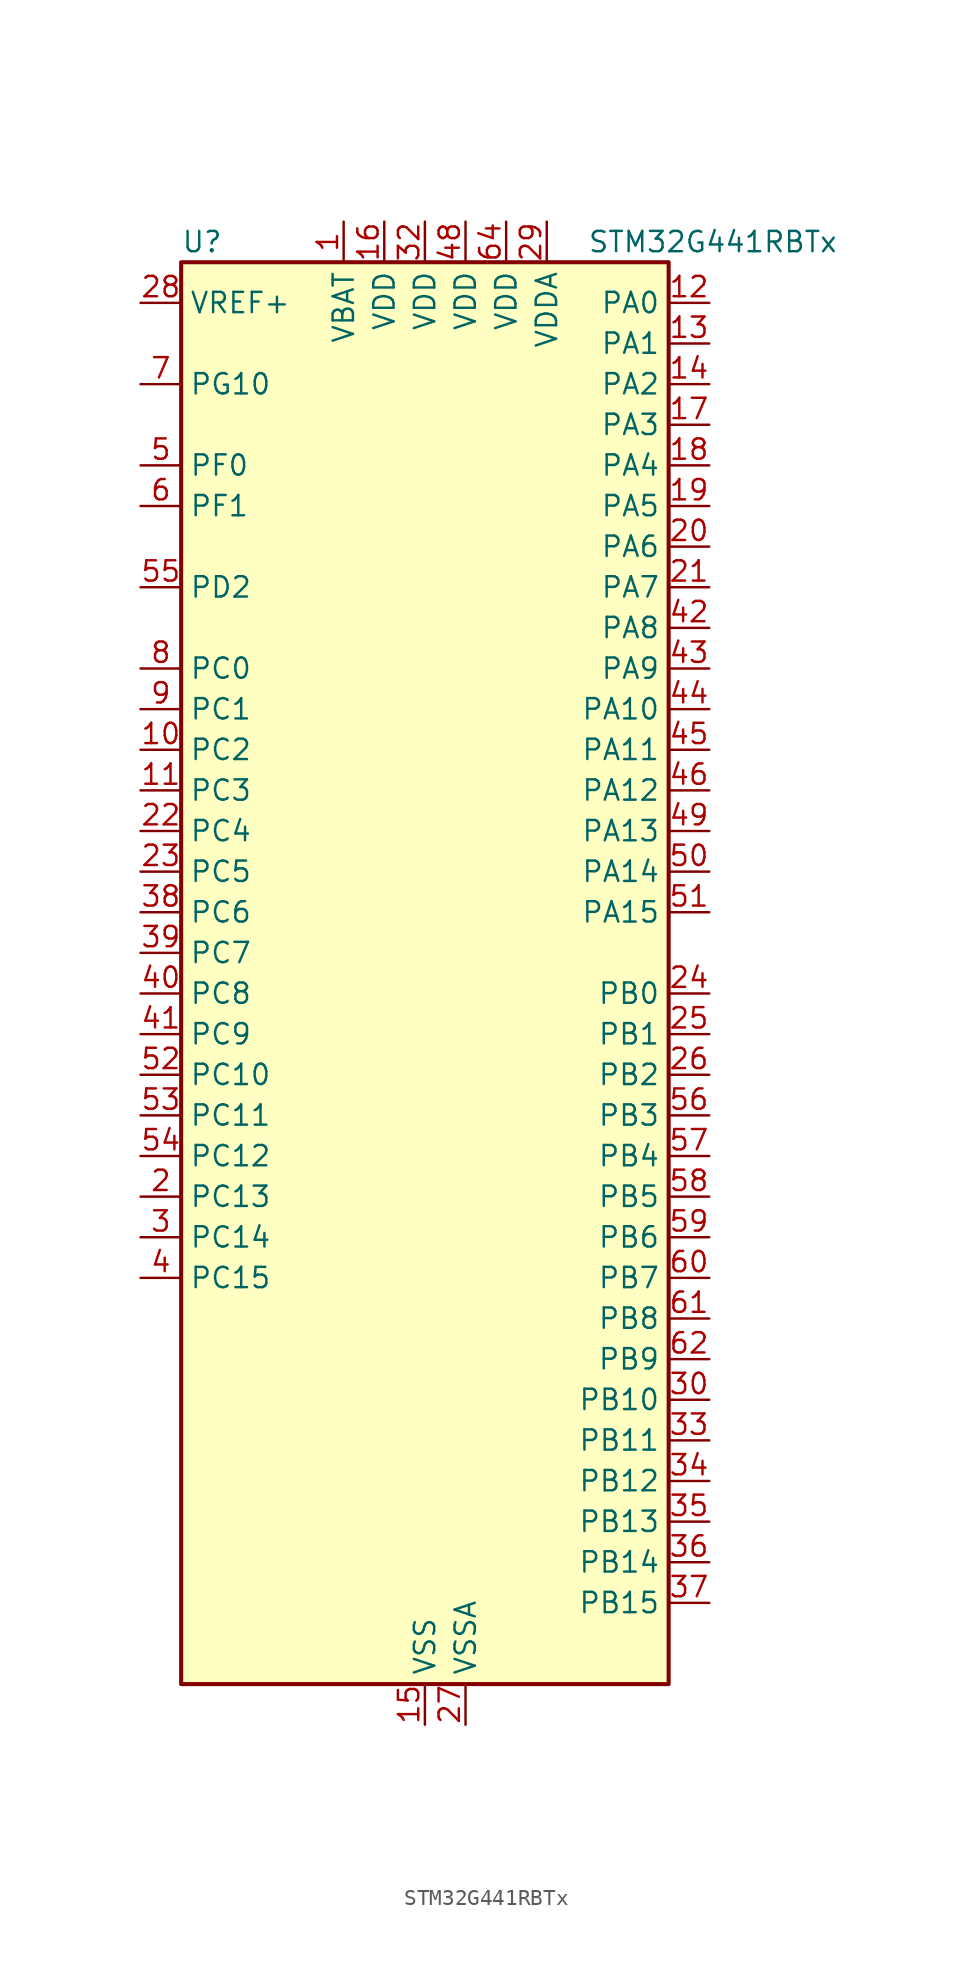
<source format=kicad_sym>
(kicad_symbol_lib
  (version 20220914)
  (generator kicad_symbol_editor)
  (symbol "STM32G441RBTx"
    (property "Reference" "U"
      (at -15.24 46.99 0)
      (effects (font (size 1.27 1.27)) (justify left)))
    (property "Value" "STM32G441RBTx"
      (at 10.16 46.99 0)
      (effects (font (size 1.27 1.27)) (justify left)))
    (property "ki_locked" ""
      (at 0 0 0)
      (effects (font (size 1.27 1.27))))
    (symbol "STM32G441RBTx_0_1"
      (rectangle (start -15.24 -43.18) (end 15.24 45.72) (stroke (width 0.254) (type default)) (fill (type background))))
    (symbol "STM32G441RBTx_1_1"
      (pin power_in line (at -5.08 48.26 270) (length 2.54) (name "VBAT" (effects (font (size 1.27 1.27)))) (number "1" (effects (font (size 1.27 1.27)))))
      (pin bidirectional line (at -17.78 15.24 0) (length 2.54) (name "PC2" (effects (font (size 1.27 1.27)))) (number "10" (effects (font (size 1.27 1.27)))) (alternate "ADC1_IN8" bidirectional line) (alternate "ADC2_IN8" bidirectional line) (alternate "COMP3_OUT" bidirectional line) (alternate "LPTIM1_IN2" bidirectional line) (alternate "TIM1_CH3" bidirectional line))
      (pin bidirectional line (at -17.78 12.7 0) (length 2.54) (name "PC3" (effects (font (size 1.27 1.27)))) (number "11" (effects (font (size 1.27 1.27)))) (alternate "ADC1_IN9" bidirectional line) (alternate "ADC2_IN9" bidirectional line) (alternate "LPTIM1_ETR" bidirectional line) (alternate "SAI1_D1" bidirectional line) (alternate "SAI1_SD_A" bidirectional line) (alternate "TIM1_BKIN2" bidirectional line) (alternate "TIM1_CH4" bidirectional line))
      (pin bidirectional line (at 17.78 43.18 180) (length 2.54) (name "PA0" (effects (font (size 1.27 1.27)))) (number "12" (effects (font (size 1.27 1.27)))) (alternate "ADC1_IN1" bidirectional line) (alternate "ADC2_IN1" bidirectional line) (alternate "COMP1_INM" bidirectional line) (alternate "COMP1_OUT" bidirectional line) (alternate "COMP3_INP" bidirectional line) (alternate "RTC_TAMP2" bidirectional line) (alternate "SYS_WKUP1" bidirectional line) (alternate "TIM2_CH1" bidirectional line) (alternate "TIM2_ETR" bidirectional line) (alternate "TIM8_BKIN" bidirectional line) (alternate "TIM8_ETR" bidirectional line) (alternate "USART2_CTS" bidirectional line) (alternate "USART2_NSS" bidirectional line))
      (pin bidirectional line (at 17.78 40.64 180) (length 2.54) (name "PA1" (effects (font (size 1.27 1.27)))) (number "13" (effects (font (size 1.27 1.27)))) (alternate "ADC1_IN2" bidirectional line) (alternate "ADC2_IN2" bidirectional line) (alternate "COMP1_INP" bidirectional line) (alternate "OPAMP1_VINP" bidirectional line) (alternate "OPAMP1_VINP_SEC" bidirectional line) (alternate "OPAMP3_VINP" bidirectional line) (alternate "OPAMP3_VINP_SEC" bidirectional line) (alternate "RTC_REFIN" bidirectional line) (alternate "TIM15_CH1N" bidirectional line) (alternate "TIM2_CH2" bidirectional line) (alternate "USART2_DE" bidirectional line) (alternate "USART2_RTS" bidirectional line))
      (pin bidirectional line (at 17.78 38.1 180) (length 2.54) (name "PA2" (effects (font (size 1.27 1.27)))) (number "14" (effects (font (size 1.27 1.27)))) (alternate "ADC1_IN3" bidirectional line) (alternate "COMP2_INM" bidirectional line) (alternate "COMP2_OUT" bidirectional line) (alternate "LPUART1_TX" bidirectional line) (alternate "OPAMP1_VOUT" bidirectional line) (alternate "RCC_LSCO" bidirectional line) (alternate "SYS_WKUP4" bidirectional line) (alternate "TIM15_CH1" bidirectional line) (alternate "TIM2_CH3" bidirectional line) (alternate "UCPD1_FRSTX1" bidirectional line) (alternate "UCPD1_FRSTX2" bidirectional line) (alternate "USART2_TX" bidirectional line))
      (pin power_in line (at 0 -45.72 90) (length 2.54) (name "VSS" (effects (font (size 1.27 1.27)))) (number "15" (effects (font (size 1.27 1.27)))))
      (pin power_in line (at -2.54 48.26 270) (length 2.54) (name "VDD" (effects (font (size 1.27 1.27)))) (number "16" (effects (font (size 1.27 1.27)))))
      (pin bidirectional line (at 17.78 35.56 180) (length 2.54) (name "PA3" (effects (font (size 1.27 1.27)))) (number "17" (effects (font (size 1.27 1.27)))) (alternate "ADC1_IN4" bidirectional line) (alternate "COMP2_INP" bidirectional line) (alternate "LPUART1_RX" bidirectional line) (alternate "OPAMP1_VINM" bidirectional line) (alternate "OPAMP1_VINM0" bidirectional line) (alternate "OPAMP1_VINM_SEC" bidirectional line) (alternate "OPAMP1_VINP" bidirectional line) (alternate "OPAMP1_VINP_SEC" bidirectional line) (alternate "SAI1_CK1" bidirectional line) (alternate "SAI1_MCLK_A" bidirectional line) (alternate "TIM15_CH2" bidirectional line) (alternate "TIM2_CH4" bidirectional line) (alternate "USART2_RX" bidirectional line))
      (pin bidirectional line (at 17.78 33.02 180) (length 2.54) (name "PA4" (effects (font (size 1.27 1.27)))) (number "18" (effects (font (size 1.27 1.27)))) (alternate "ADC2_IN17" bidirectional line) (alternate "COMP1_INM" bidirectional line) (alternate "DAC1_OUT1" bidirectional line) (alternate "I2S3_WS" bidirectional line) (alternate "SAI1_FS_B" bidirectional line) (alternate "SPI1_NSS" bidirectional line) (alternate "SPI3_NSS" bidirectional line) (alternate "TIM3_CH2" bidirectional line) (alternate "USART2_CK" bidirectional line))
      (pin bidirectional line (at 17.78 30.48 180) (length 2.54) (name "PA5" (effects (font (size 1.27 1.27)))) (number "19" (effects (font (size 1.27 1.27)))) (alternate "ADC2_IN13" bidirectional line) (alternate "COMP2_INM" bidirectional line) (alternate "DAC1_OUT2" bidirectional line) (alternate "OPAMP2_VINM" bidirectional line) (alternate "OPAMP2_VINM0" bidirectional line) (alternate "OPAMP2_VINM_SEC" bidirectional line) (alternate "SPI1_SCK" bidirectional line) (alternate "TIM2_CH1" bidirectional line) (alternate "TIM2_ETR" bidirectional line) (alternate "UCPD1_FRSTX1" bidirectional line) (alternate "UCPD1_FRSTX2" bidirectional line))
      (pin bidirectional line (at -17.78 -12.7 0) (length 2.54) (name "PC13" (effects (font (size 1.27 1.27)))) (number "2" (effects (font (size 1.27 1.27)))) (alternate "RTC_OUT1" bidirectional line) (alternate "RTC_TAMP1" bidirectional line) (alternate "RTC_TS" bidirectional line) (alternate "SYS_WKUP2" bidirectional line) (alternate "TIM1_BKIN" bidirectional line) (alternate "TIM1_CH1N" bidirectional line) (alternate "TIM8_CH4N" bidirectional line))
      (pin bidirectional line (at 17.78 27.94 180) (length 2.54) (name "PA6" (effects (font (size 1.27 1.27)))) (number "20" (effects (font (size 1.27 1.27)))) (alternate "ADC2_IN3" bidirectional line) (alternate "COMP1_OUT" bidirectional line) (alternate "LPUART1_CTS" bidirectional line) (alternate "OPAMP2_VOUT" bidirectional line) (alternate "SPI1_MISO" bidirectional line) (alternate "TIM16_CH1" bidirectional line) (alternate "TIM1_BKIN" bidirectional line) (alternate "TIM3_CH1" bidirectional line) (alternate "TIM8_BKIN" bidirectional line))
      (pin bidirectional line (at 17.78 25.4 180) (length 2.54) (name "PA7" (effects (font (size 1.27 1.27)))) (number "21" (effects (font (size 1.27 1.27)))) (alternate "ADC2_IN4" bidirectional line) (alternate "COMP2_INP" bidirectional line) (alternate "COMP2_OUT" bidirectional line) (alternate "OPAMP1_VINP" bidirectional line) (alternate "OPAMP1_VINP_SEC" bidirectional line) (alternate "OPAMP2_VINP" bidirectional line) (alternate "OPAMP2_VINP_SEC" bidirectional line) (alternate "SPI1_MOSI" bidirectional line) (alternate "TIM17_CH1" bidirectional line) (alternate "TIM1_CH1N" bidirectional line) (alternate "TIM3_CH2" bidirectional line) (alternate "TIM8_CH1N" bidirectional line) (alternate "UCPD1_FRSTX1" bidirectional line) (alternate "UCPD1_FRSTX2" bidirectional line))
      (pin bidirectional line (at -17.78 10.16 0) (length 2.54) (name "PC4" (effects (font (size 1.27 1.27)))) (number "22" (effects (font (size 1.27 1.27)))) (alternate "ADC2_IN5" bidirectional line) (alternate "I2C2_SCL" bidirectional line) (alternate "TIM1_ETR" bidirectional line) (alternate "USART1_TX" bidirectional line))
      (pin bidirectional line (at -17.78 7.62 0) (length 2.54) (name "PC5" (effects (font (size 1.27 1.27)))) (number "23" (effects (font (size 1.27 1.27)))) (alternate "ADC2_IN11" bidirectional line) (alternate "OPAMP1_VINM" bidirectional line) (alternate "OPAMP1_VINM1" bidirectional line) (alternate "OPAMP1_VINM_SEC" bidirectional line) (alternate "OPAMP2_VINM" bidirectional line) (alternate "OPAMP2_VINM1" bidirectional line) (alternate "OPAMP2_VINM_SEC" bidirectional line) (alternate "SAI1_D3" bidirectional line) (alternate "SYS_WKUP5" bidirectional line) (alternate "TIM15_BKIN" bidirectional line) (alternate "TIM1_CH4N" bidirectional line) (alternate "USART1_RX" bidirectional line))
      (pin bidirectional line (at 17.78 0 180) (length 2.54) (name "PB0" (effects (font (size 1.27 1.27)))) (number "24" (effects (font (size 1.27 1.27)))) (alternate "ADC1_IN15" bidirectional line) (alternate "COMP4_INP" bidirectional line) (alternate "OPAMP2_VINP" bidirectional line) (alternate "OPAMP2_VINP_SEC" bidirectional line) (alternate "OPAMP3_VINP" bidirectional line) (alternate "OPAMP3_VINP_SEC" bidirectional line) (alternate "TIM1_CH2N" bidirectional line) (alternate "TIM3_CH3" bidirectional line) (alternate "TIM8_CH2N" bidirectional line) (alternate "UCPD1_FRSTX1" bidirectional line) (alternate "UCPD1_FRSTX2" bidirectional line))
      (pin bidirectional line (at 17.78 -2.54 180) (length 2.54) (name "PB1" (effects (font (size 1.27 1.27)))) (number "25" (effects (font (size 1.27 1.27)))) (alternate "ADC1_IN12" bidirectional line) (alternate "COMP1_INP" bidirectional line) (alternate "COMP4_OUT" bidirectional line) (alternate "LPUART1_DE" bidirectional line) (alternate "LPUART1_RTS" bidirectional line) (alternate "OPAMP3_VOUT" bidirectional line) (alternate "TIM1_CH3N" bidirectional line) (alternate "TIM3_CH4" bidirectional line) (alternate "TIM8_CH3N" bidirectional line))
      (pin bidirectional line (at 17.78 -5.08 180) (length 2.54) (name "PB2" (effects (font (size 1.27 1.27)))) (number "26" (effects (font (size 1.27 1.27)))) (alternate "ADC2_IN12" bidirectional line) (alternate "COMP4_INM" bidirectional line) (alternate "I2C3_SMBA" bidirectional line) (alternate "LPTIM1_OUT" bidirectional line) (alternate "OPAMP3_VINM" bidirectional line) (alternate "OPAMP3_VINM0" bidirectional line) (alternate "OPAMP3_VINM_SEC" bidirectional line) (alternate "RTC_OUT2" bidirectional line))
      (pin power_in line (at 2.54 -45.72 90) (length 2.54) (name "VSSA" (effects (font (size 1.27 1.27)))) (number "27" (effects (font (size 1.27 1.27)))))
      (pin input line (at -17.78 43.18 0) (length 2.54) (name "VREF+" (effects (font (size 1.27 1.27)))) (number "28" (effects (font (size 1.27 1.27)))) (alternate "VREFBUF_OUT" bidirectional line))
      (pin power_in line (at 7.62 48.26 270) (length 2.54) (name "VDDA" (effects (font (size 1.27 1.27)))) (number "29" (effects (font (size 1.27 1.27)))))
      (pin bidirectional line (at -17.78 -15.24 0) (length 2.54) (name "PC14" (effects (font (size 1.27 1.27)))) (number "3" (effects (font (size 1.27 1.27)))) (alternate "RCC_OSC32_IN" bidirectional line))
      (pin bidirectional line (at 17.78 -25.4 180) (length 2.54) (name "PB10" (effects (font (size 1.27 1.27)))) (number "30" (effects (font (size 1.27 1.27)))) (alternate "DAC1_EXTI10" bidirectional line) (alternate "DAC3_EXTI10" bidirectional line) (alternate "LPUART1_RX" bidirectional line) (alternate "OPAMP3_VINM" bidirectional line) (alternate "OPAMP3_VINM1" bidirectional line) (alternate "OPAMP3_VINM_SEC" bidirectional line) (alternate "SAI1_SCK_A" bidirectional line) (alternate "TIM1_BKIN" bidirectional line) (alternate "TIM2_CH3" bidirectional line) (alternate "USART3_TX" bidirectional line))
      (pin passive line (at 0 -45.72 90) (length 2.54) hide (name "VSS" (effects (font (size 1.27 1.27)))) (number "31" (effects (font (size 1.27 1.27)))))
      (pin power_in line (at 0 48.26 270) (length 2.54) (name "VDD" (effects (font (size 1.27 1.27)))) (number "32" (effects (font (size 1.27 1.27)))))
      (pin bidirectional line (at 17.78 -27.94 180) (length 2.54) (name "PB11" (effects (font (size 1.27 1.27)))) (number "33" (effects (font (size 1.27 1.27)))) (alternate "ADC1_EXTI11" bidirectional line) (alternate "ADC1_IN14" bidirectional line) (alternate "ADC2_EXTI11" bidirectional line) (alternate "ADC2_IN14" bidirectional line) (alternate "LPUART1_TX" bidirectional line) (alternate "TIM2_CH4" bidirectional line) (alternate "USART3_RX" bidirectional line))
      (pin bidirectional line (at 17.78 -30.48 180) (length 2.54) (name "PB12" (effects (font (size 1.27 1.27)))) (number "34" (effects (font (size 1.27 1.27)))) (alternate "ADC1_IN11" bidirectional line) (alternate "I2C2_SMBA" bidirectional line) (alternate "I2S2_WS" bidirectional line) (alternate "LPUART1_DE" bidirectional line) (alternate "LPUART1_RTS" bidirectional line) (alternate "SPI2_NSS" bidirectional line) (alternate "TIM1_BKIN" bidirectional line) (alternate "USART3_CK" bidirectional line))
      (pin bidirectional line (at 17.78 -33.02 180) (length 2.54) (name "PB13" (effects (font (size 1.27 1.27)))) (number "35" (effects (font (size 1.27 1.27)))) (alternate "I2S2_CK" bidirectional line) (alternate "LPUART1_CTS" bidirectional line) (alternate "OPAMP3_VINP" bidirectional line) (alternate "OPAMP3_VINP_SEC" bidirectional line) (alternate "SPI2_SCK" bidirectional line) (alternate "TIM1_CH1N" bidirectional line) (alternate "USART3_CTS" bidirectional line) (alternate "USART3_NSS" bidirectional line))
      (pin bidirectional line (at 17.78 -35.56 180) (length 2.54) (name "PB14" (effects (font (size 1.27 1.27)))) (number "36" (effects (font (size 1.27 1.27)))) (alternate "ADC1_IN5" bidirectional line) (alternate "COMP4_OUT" bidirectional line) (alternate "OPAMP2_VINP" bidirectional line) (alternate "OPAMP2_VINP_SEC" bidirectional line) (alternate "SPI2_MISO" bidirectional line) (alternate "TIM15_CH1" bidirectional line) (alternate "TIM1_CH2N" bidirectional line) (alternate "USART3_DE" bidirectional line) (alternate "USART3_RTS" bidirectional line))
      (pin bidirectional line (at 17.78 -38.1 180) (length 2.54) (name "PB15" (effects (font (size 1.27 1.27)))) (number "37" (effects (font (size 1.27 1.27)))) (alternate "ADC1_EXTI15" bidirectional line) (alternate "ADC2_EXTI15" bidirectional line) (alternate "ADC2_IN15" bidirectional line) (alternate "COMP3_OUT" bidirectional line) (alternate "I2S2_SD" bidirectional line) (alternate "RTC_REFIN" bidirectional line) (alternate "SPI2_MOSI" bidirectional line) (alternate "TIM15_CH1N" bidirectional line) (alternate "TIM15_CH2" bidirectional line) (alternate "TIM1_CH3N" bidirectional line))
      (pin bidirectional line (at -17.78 5.08 0) (length 2.54) (name "PC6" (effects (font (size 1.27 1.27)))) (number "38" (effects (font (size 1.27 1.27)))) (alternate "I2S2_MCK" bidirectional line) (alternate "TIM3_CH1" bidirectional line) (alternate "TIM8_CH1" bidirectional line))
      (pin bidirectional line (at -17.78 2.54 0) (length 2.54) (name "PC7" (effects (font (size 1.27 1.27)))) (number "39" (effects (font (size 1.27 1.27)))) (alternate "I2S3_MCK" bidirectional line) (alternate "TIM3_CH2" bidirectional line) (alternate "TIM8_CH2" bidirectional line))
      (pin bidirectional line (at -17.78 -17.78 0) (length 2.54) (name "PC15" (effects (font (size 1.27 1.27)))) (number "4" (effects (font (size 1.27 1.27)))) (alternate "ADC1_EXTI15" bidirectional line) (alternate "ADC2_EXTI15" bidirectional line) (alternate "RCC_OSC32_OUT" bidirectional line))
      (pin bidirectional line (at -17.78 0 0) (length 2.54) (name "PC8" (effects (font (size 1.27 1.27)))) (number "40" (effects (font (size 1.27 1.27)))) (alternate "I2C3_SCL" bidirectional line) (alternate "TIM3_CH3" bidirectional line) (alternate "TIM8_CH3" bidirectional line))
      (pin bidirectional line (at -17.78 -2.54 0) (length 2.54) (name "PC9" (effects (font (size 1.27 1.27)))) (number "41" (effects (font (size 1.27 1.27)))) (alternate "DAC1_EXTI9" bidirectional line) (alternate "DAC3_EXTI9" bidirectional line) (alternate "I2C3_SDA" bidirectional line) (alternate "I2S_CKIN" bidirectional line) (alternate "TIM3_CH4" bidirectional line) (alternate "TIM8_BKIN2" bidirectional line) (alternate "TIM8_CH4" bidirectional line))
      (pin bidirectional line (at 17.78 22.86 180) (length 2.54) (name "PA8" (effects (font (size 1.27 1.27)))) (number "42" (effects (font (size 1.27 1.27)))) (alternate "I2C2_SDA" bidirectional line) (alternate "I2C3_SCL" bidirectional line) (alternate "I2S2_MCK" bidirectional line) (alternate "RCC_MCO" bidirectional line) (alternate "SAI1_CK2" bidirectional line) (alternate "SAI1_SCK_A" bidirectional line) (alternate "TIM1_CH1" bidirectional line) (alternate "TIM4_ETR" bidirectional line) (alternate "USART1_CK" bidirectional line))
      (pin bidirectional line (at 17.78 20.32 180) (length 2.54) (name "PA9" (effects (font (size 1.27 1.27)))) (number "43" (effects (font (size 1.27 1.27)))) (alternate "DAC1_EXTI9" bidirectional line) (alternate "DAC3_EXTI9" bidirectional line) (alternate "I2C2_SCL" bidirectional line) (alternate "I2C3_SMBA" bidirectional line) (alternate "I2S3_MCK" bidirectional line) (alternate "SAI1_FS_A" bidirectional line) (alternate "TIM15_BKIN" bidirectional line) (alternate "TIM1_CH2" bidirectional line) (alternate "TIM2_CH3" bidirectional line) (alternate "UCPD1_DBCC1" bidirectional line) (alternate "USART1_TX" bidirectional line))
      (pin bidirectional line (at 17.78 17.78 180) (length 2.54) (name "PA10" (effects (font (size 1.27 1.27)))) (number "44" (effects (font (size 1.27 1.27)))) (alternate "CRS_SYNC" bidirectional line) (alternate "DAC1_EXTI10" bidirectional line) (alternate "DAC3_EXTI10" bidirectional line) (alternate "I2C2_SMBA" bidirectional line) (alternate "SAI1_D1" bidirectional line) (alternate "SAI1_SD_A" bidirectional line) (alternate "SPI2_MISO" bidirectional line) (alternate "TIM17_BKIN" bidirectional line) (alternate "TIM1_CH3" bidirectional line) (alternate "TIM2_CH4" bidirectional line) (alternate "TIM8_BKIN" bidirectional line) (alternate "UCPD1_DBCC2" bidirectional line) (alternate "USART1_RX" bidirectional line))
      (pin bidirectional line (at 17.78 15.24 180) (length 2.54) (name "PA11" (effects (font (size 1.27 1.27)))) (number "45" (effects (font (size 1.27 1.27)))) (alternate "ADC1_EXTI11" bidirectional line) (alternate "ADC2_EXTI11" bidirectional line) (alternate "COMP1_OUT" bidirectional line) (alternate "FDCAN1_RX" bidirectional line) (alternate "I2S2_SD" bidirectional line) (alternate "SPI2_MOSI" bidirectional line) (alternate "TIM1_BKIN2" bidirectional line) (alternate "TIM1_CH1N" bidirectional line) (alternate "TIM1_CH4" bidirectional line) (alternate "TIM4_CH1" bidirectional line) (alternate "USART1_CTS" bidirectional line) (alternate "USART1_NSS" bidirectional line) (alternate "USB_DM" bidirectional line))
      (pin bidirectional line (at 17.78 12.7 180) (length 2.54) (name "PA12" (effects (font (size 1.27 1.27)))) (number "46" (effects (font (size 1.27 1.27)))) (alternate "COMP2_OUT" bidirectional line) (alternate "FDCAN1_TX" bidirectional line) (alternate "I2S_CKIN" bidirectional line) (alternate "TIM16_CH1" bidirectional line) (alternate "TIM1_CH2N" bidirectional line) (alternate "TIM1_ETR" bidirectional line) (alternate "TIM4_CH2" bidirectional line) (alternate "USART1_DE" bidirectional line) (alternate "USART1_RTS" bidirectional line) (alternate "USB_DP" bidirectional line))
      (pin passive line (at 0 -45.72 90) (length 2.54) hide (name "VSS" (effects (font (size 1.27 1.27)))) (number "47" (effects (font (size 1.27 1.27)))))
      (pin power_in line (at 2.54 48.26 270) (length 2.54) (name "VDD" (effects (font (size 1.27 1.27)))) (number "48" (effects (font (size 1.27 1.27)))))
      (pin bidirectional line (at 17.78 10.16 180) (length 2.54) (name "PA13" (effects (font (size 1.27 1.27)))) (number "49" (effects (font (size 1.27 1.27)))) (alternate "I2C1_SCL" bidirectional line) (alternate "IR_OUT" bidirectional line) (alternate "SAI1_SD_B" bidirectional line) (alternate "SYS_JTMS-SWDIO" bidirectional line) (alternate "TIM16_CH1N" bidirectional line) (alternate "TIM4_CH3" bidirectional line) (alternate "USART3_CTS" bidirectional line) (alternate "USART3_NSS" bidirectional line))
      (pin bidirectional line (at -17.78 33.02 0) (length 2.54) (name "PF0" (effects (font (size 1.27 1.27)))) (number "5" (effects (font (size 1.27 1.27)))) (alternate "ADC1_IN10" bidirectional line) (alternate "I2C2_SDA" bidirectional line) (alternate "I2S2_WS" bidirectional line) (alternate "RCC_OSC_IN" bidirectional line) (alternate "SPI2_NSS" bidirectional line) (alternate "TIM1_CH3N" bidirectional line))
      (pin bidirectional line (at 17.78 7.62 180) (length 2.54) (name "PA14" (effects (font (size 1.27 1.27)))) (number "50" (effects (font (size 1.27 1.27)))) (alternate "I2C1_SDA" bidirectional line) (alternate "LPTIM1_OUT" bidirectional line) (alternate "SAI1_FS_B" bidirectional line) (alternate "SYS_JTCK-SWCLK" bidirectional line) (alternate "TIM1_BKIN" bidirectional line) (alternate "TIM8_CH2" bidirectional line) (alternate "USART2_TX" bidirectional line))
      (pin bidirectional line (at 17.78 5.08 180) (length 2.54) (name "PA15" (effects (font (size 1.27 1.27)))) (number "51" (effects (font (size 1.27 1.27)))) (alternate "ADC1_EXTI15" bidirectional line) (alternate "ADC2_EXTI15" bidirectional line) (alternate "I2C1_SCL" bidirectional line) (alternate "I2S3_WS" bidirectional line) (alternate "SPI1_NSS" bidirectional line) (alternate "SPI3_NSS" bidirectional line) (alternate "SYS_JTDI" bidirectional line) (alternate "TIM1_BKIN" bidirectional line) (alternate "TIM2_CH1" bidirectional line) (alternate "TIM2_ETR" bidirectional line) (alternate "TIM8_CH1" bidirectional line) (alternate "UART4_DE" bidirectional line) (alternate "UART4_RTS" bidirectional line) (alternate "USART2_RX" bidirectional line))
      (pin bidirectional line (at -17.78 -5.08 0) (length 2.54) (name "PC10" (effects (font (size 1.27 1.27)))) (number "52" (effects (font (size 1.27 1.27)))) (alternate "DAC1_EXTI10" bidirectional line) (alternate "DAC3_EXTI10" bidirectional line) (alternate "I2S3_CK" bidirectional line) (alternate "SPI3_SCK" bidirectional line) (alternate "TIM8_CH1N" bidirectional line) (alternate "UART4_TX" bidirectional line) (alternate "USART3_TX" bidirectional line))
      (pin bidirectional line (at -17.78 -7.62 0) (length 2.54) (name "PC11" (effects (font (size 1.27 1.27)))) (number "53" (effects (font (size 1.27 1.27)))) (alternate "ADC1_EXTI11" bidirectional line) (alternate "ADC2_EXTI11" bidirectional line) (alternate "I2C3_SDA" bidirectional line) (alternate "SPI3_MISO" bidirectional line) (alternate "TIM8_CH2N" bidirectional line) (alternate "UART4_RX" bidirectional line) (alternate "USART3_RX" bidirectional line))
      (pin bidirectional line (at -17.78 -10.16 0) (length 2.54) (name "PC12" (effects (font (size 1.27 1.27)))) (number "54" (effects (font (size 1.27 1.27)))) (alternate "I2S3_SD" bidirectional line) (alternate "SPI3_MOSI" bidirectional line) (alternate "TIM8_CH3N" bidirectional line) (alternate "UCPD1_FRSTX1" bidirectional line) (alternate "UCPD1_FRSTX2" bidirectional line) (alternate "USART3_CK" bidirectional line))
      (pin bidirectional line (at -17.78 25.4 0) (length 2.54) (name "PD2" (effects (font (size 1.27 1.27)))) (number "55" (effects (font (size 1.27 1.27)))) (alternate "TIM3_ETR" bidirectional line) (alternate "TIM8_BKIN" bidirectional line))
      (pin bidirectional line (at 17.78 -7.62 180) (length 2.54) (name "PB3" (effects (font (size 1.27 1.27)))) (number "56" (effects (font (size 1.27 1.27)))) (alternate "CRS_SYNC" bidirectional line) (alternate "I2S3_CK" bidirectional line) (alternate "SAI1_SCK_B" bidirectional line) (alternate "SPI1_SCK" bidirectional line) (alternate "SPI3_SCK" bidirectional line) (alternate "SYS_JTDO-SWO" bidirectional line) (alternate "TIM2_CH2" bidirectional line) (alternate "TIM3_ETR" bidirectional line) (alternate "TIM4_ETR" bidirectional line) (alternate "TIM8_CH1N" bidirectional line) (alternate "USART2_TX" bidirectional line))
      (pin bidirectional line (at 17.78 -10.16 180) (length 2.54) (name "PB4" (effects (font (size 1.27 1.27)))) (number "57" (effects (font (size 1.27 1.27)))) (alternate "SAI1_MCLK_B" bidirectional line) (alternate "SPI1_MISO" bidirectional line) (alternate "SPI3_MISO" bidirectional line) (alternate "SYS_JTRST" bidirectional line) (alternate "TIM16_CH1" bidirectional line) (alternate "TIM17_BKIN" bidirectional line) (alternate "TIM3_CH1" bidirectional line) (alternate "TIM8_CH2N" bidirectional line) (alternate "UCPD1_CC2" bidirectional line) (alternate "USART2_RX" bidirectional line))
      (pin bidirectional line (at 17.78 -12.7 180) (length 2.54) (name "PB5" (effects (font (size 1.27 1.27)))) (number "58" (effects (font (size 1.27 1.27)))) (alternate "I2C1_SMBA" bidirectional line) (alternate "I2C3_SDA" bidirectional line) (alternate "I2S3_SD" bidirectional line) (alternate "LPTIM1_IN1" bidirectional line) (alternate "SAI1_SD_B" bidirectional line) (alternate "SPI1_MOSI" bidirectional line) (alternate "SPI3_MOSI" bidirectional line) (alternate "TIM16_BKIN" bidirectional line) (alternate "TIM17_CH1" bidirectional line) (alternate "TIM3_CH2" bidirectional line) (alternate "TIM8_CH3N" bidirectional line) (alternate "USART2_CK" bidirectional line))
      (pin bidirectional line (at 17.78 -15.24 180) (length 2.54) (name "PB6" (effects (font (size 1.27 1.27)))) (number "59" (effects (font (size 1.27 1.27)))) (alternate "COMP4_OUT" bidirectional line) (alternate "LPTIM1_ETR" bidirectional line) (alternate "SAI1_FS_B" bidirectional line) (alternate "TIM16_CH1N" bidirectional line) (alternate "TIM4_CH1" bidirectional line) (alternate "TIM8_BKIN2" bidirectional line) (alternate "TIM8_CH1" bidirectional line) (alternate "TIM8_ETR" bidirectional line) (alternate "UCPD1_CC1" bidirectional line) (alternate "USART1_TX" bidirectional line))
      (pin bidirectional line (at -17.78 30.48 0) (length 2.54) (name "PF1" (effects (font (size 1.27 1.27)))) (number "6" (effects (font (size 1.27 1.27)))) (alternate "ADC2_IN10" bidirectional line) (alternate "COMP3_INM" bidirectional line) (alternate "I2S2_CK" bidirectional line) (alternate "RCC_OSC_OUT" bidirectional line) (alternate "SPI2_SCK" bidirectional line))
      (pin bidirectional line (at 17.78 -17.78 180) (length 2.54) (name "PB7" (effects (font (size 1.27 1.27)))) (number "60" (effects (font (size 1.27 1.27)))) (alternate "COMP3_OUT" bidirectional line) (alternate "I2C1_SDA" bidirectional line) (alternate "LPTIM1_IN2" bidirectional line) (alternate "SYS_PVD_IN" bidirectional line) (alternate "TIM17_CH1N" bidirectional line) (alternate "TIM3_CH4" bidirectional line) (alternate "TIM4_CH2" bidirectional line) (alternate "TIM8_BKIN" bidirectional line) (alternate "UART4_CTS" bidirectional line) (alternate "USART1_RX" bidirectional line))
      (pin bidirectional line (at 17.78 -20.32 180) (length 2.54) (name "PB8" (effects (font (size 1.27 1.27)))) (number "61" (effects (font (size 1.27 1.27)))) (alternate "COMP1_OUT" bidirectional line) (alternate "FDCAN1_RX" bidirectional line) (alternate "I2C1_SCL" bidirectional line) (alternate "SAI1_CK1" bidirectional line) (alternate "SAI1_MCLK_A" bidirectional line) (alternate "TIM16_CH1" bidirectional line) (alternate "TIM1_BKIN" bidirectional line) (alternate "TIM4_CH3" bidirectional line) (alternate "TIM8_CH2" bidirectional line) (alternate "USART3_RX" bidirectional line))
      (pin bidirectional line (at 17.78 -22.86 180) (length 2.54) (name "PB9" (effects (font (size 1.27 1.27)))) (number "62" (effects (font (size 1.27 1.27)))) (alternate "COMP2_OUT" bidirectional line) (alternate "DAC1_EXTI9" bidirectional line) (alternate "DAC3_EXTI9" bidirectional line) (alternate "FDCAN1_TX" bidirectional line) (alternate "I2C1_SDA" bidirectional line) (alternate "IR_OUT" bidirectional line) (alternate "SAI1_D2" bidirectional line) (alternate "SAI1_FS_A" bidirectional line) (alternate "TIM17_CH1" bidirectional line) (alternate "TIM1_CH3N" bidirectional line) (alternate "TIM4_CH4" bidirectional line) (alternate "TIM8_CH3" bidirectional line) (alternate "USART3_TX" bidirectional line))
      (pin passive line (at 0 -45.72 90) (length 2.54) hide (name "VSS" (effects (font (size 1.27 1.27)))) (number "63" (effects (font (size 1.27 1.27)))))
      (pin power_in line (at 5.08 48.26 270) (length 2.54) (name "VDD" (effects (font (size 1.27 1.27)))) (number "64" (effects (font (size 1.27 1.27)))))
      (pin bidirectional line (at -17.78 38.1 0) (length 2.54) (name "PG10" (effects (font (size 1.27 1.27)))) (number "7" (effects (font (size 1.27 1.27)))) (alternate "DAC1_EXTI10" bidirectional line) (alternate "DAC3_EXTI10" bidirectional line) (alternate "RCC_MCO" bidirectional line))
      (pin bidirectional line (at -17.78 20.32 0) (length 2.54) (name "PC0" (effects (font (size 1.27 1.27)))) (number "8" (effects (font (size 1.27 1.27)))) (alternate "ADC1_IN6" bidirectional line) (alternate "ADC2_IN6" bidirectional line) (alternate "COMP3_INM" bidirectional line) (alternate "LPTIM1_IN1" bidirectional line) (alternate "LPUART1_RX" bidirectional line) (alternate "TIM1_CH1" bidirectional line))
      (pin bidirectional line (at -17.78 17.78 0) (length 2.54) (name "PC1" (effects (font (size 1.27 1.27)))) (number "9" (effects (font (size 1.27 1.27)))) (alternate "ADC1_IN7" bidirectional line) (alternate "ADC2_IN7" bidirectional line) (alternate "COMP3_INP" bidirectional line) (alternate "LPTIM1_OUT" bidirectional line) (alternate "LPUART1_TX" bidirectional line) (alternate "SAI1_SD_A" bidirectional line) (alternate "TIM1_CH2" bidirectional line)))))
</source>
